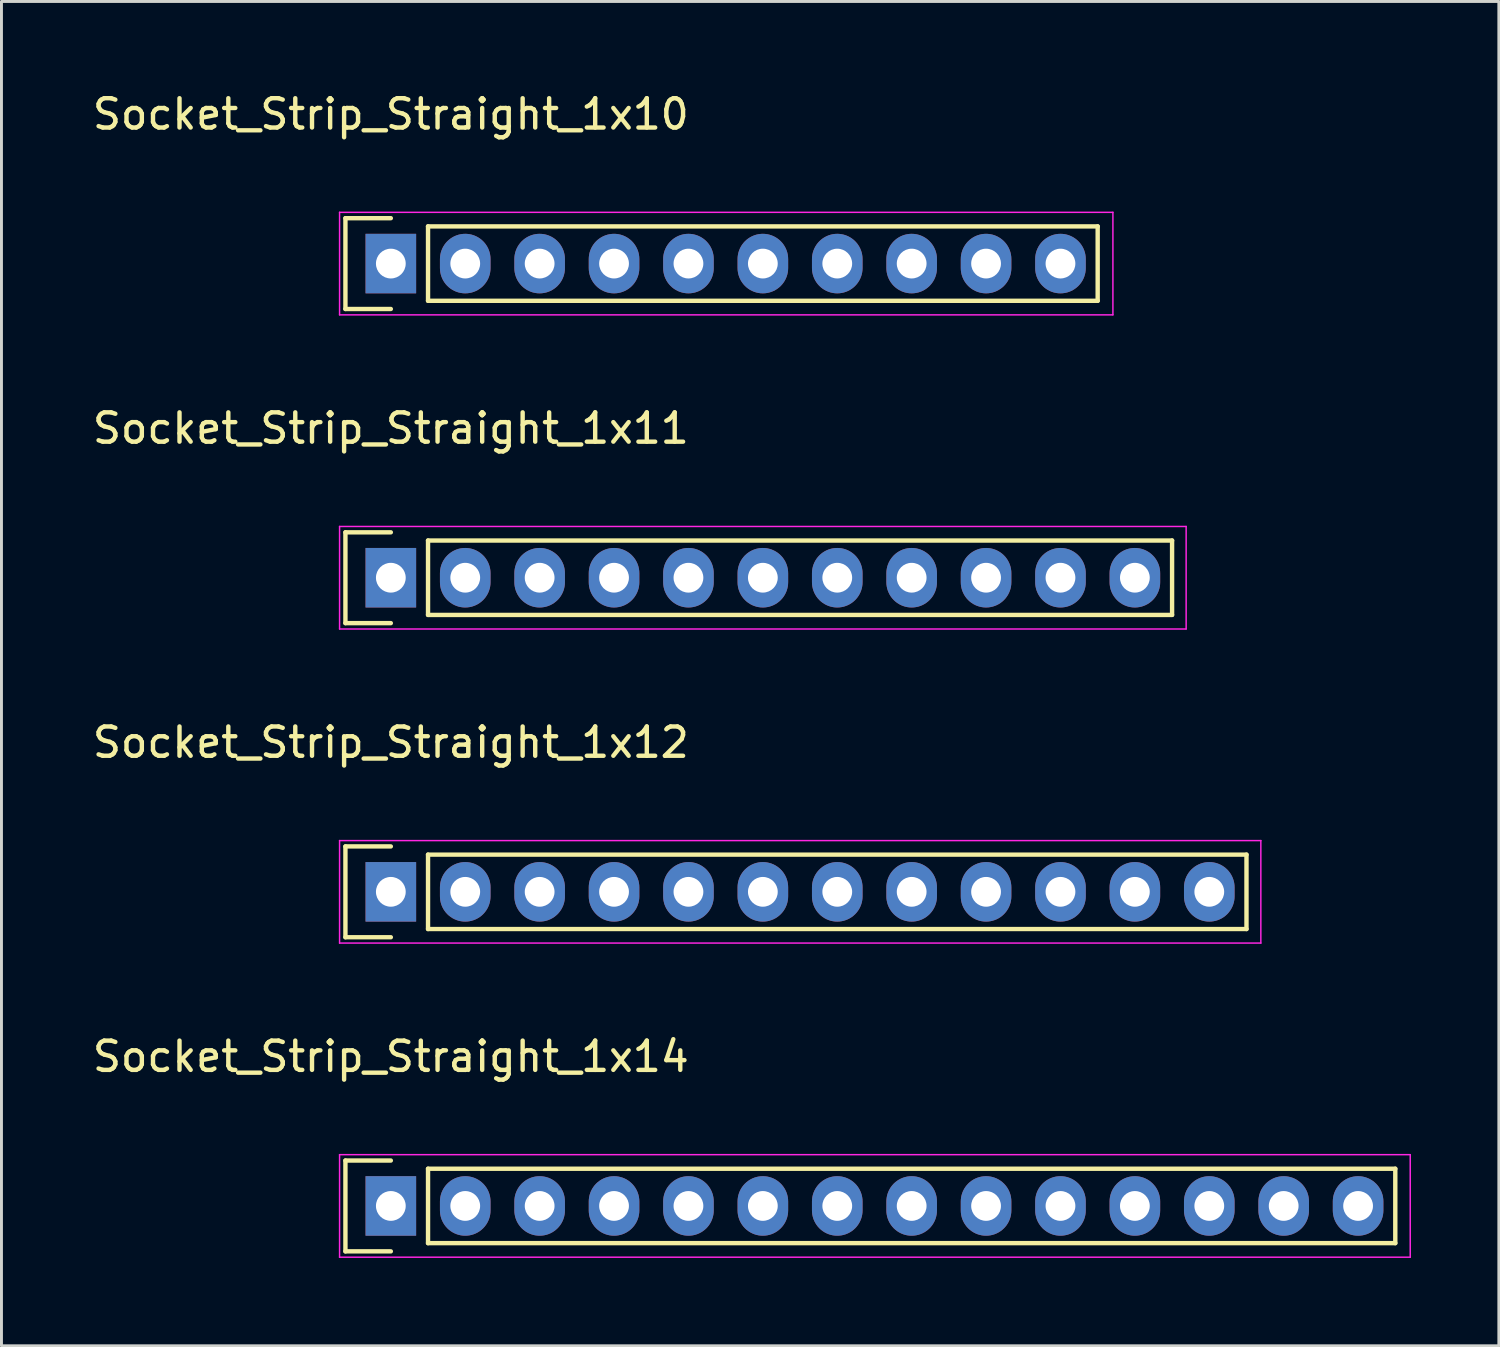
<source format=kicad_pcb>
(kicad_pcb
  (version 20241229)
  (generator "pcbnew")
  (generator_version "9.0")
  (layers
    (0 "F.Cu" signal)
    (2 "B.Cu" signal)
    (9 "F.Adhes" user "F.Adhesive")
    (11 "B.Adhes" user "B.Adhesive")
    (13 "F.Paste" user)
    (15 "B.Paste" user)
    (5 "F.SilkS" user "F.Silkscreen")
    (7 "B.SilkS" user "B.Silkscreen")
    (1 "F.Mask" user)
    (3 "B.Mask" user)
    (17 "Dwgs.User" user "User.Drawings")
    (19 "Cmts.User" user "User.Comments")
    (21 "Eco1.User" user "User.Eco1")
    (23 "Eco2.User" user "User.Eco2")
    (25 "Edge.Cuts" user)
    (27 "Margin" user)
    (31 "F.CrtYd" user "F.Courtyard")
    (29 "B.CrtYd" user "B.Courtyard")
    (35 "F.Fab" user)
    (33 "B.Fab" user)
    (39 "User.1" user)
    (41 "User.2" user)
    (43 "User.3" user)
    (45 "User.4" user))
  (footprint "Socket_Strip_Straight_1x12"
    (layer "F.Cu")
    (at 10.292 27.395)
    (property "Reference" "Socket_Strip_Straight_1x12" (at 0 -5.1 0) (layer "F.SilkS") (effects (font (size 1 1) (thickness 0.15))))
    (attr through_hole)
    (fp_line (start -1.55 -1.55) (end -1.55 1.55) (stroke (width 0.15) (type solid)) (layer "F.SilkS"))
    (fp_line (start -1.55 1.55) (end 0 1.55) (stroke (width 0.15) (type solid)) (layer "F.SilkS"))
    (fp_line (start 0 -1.55) (end -1.55 -1.55) (stroke (width 0.15) (type solid)) (layer "F.SilkS"))
    (fp_line (start 1.27 1.27) (end 1.27 -1.27) (stroke (width 0.15) (type solid)) (layer "F.SilkS"))
    (fp_line (start 1.27 1.27) (end 29.21 1.27) (stroke (width 0.15) (type solid)) (layer "F.SilkS"))
    (fp_line (start 29.21 -1.27) (end 1.27 -1.27) (stroke (width 0.15) (type solid)) (layer "F.SilkS"))
    (fp_line (start 29.21 1.27) (end 29.21 -1.27) (stroke (width 0.15) (type solid)) (layer "F.SilkS"))
    (fp_line (start -1.75 -1.75) (end -1.75 1.75) (stroke (width 0.05) (type solid)) (layer "F.CrtYd"))
    (fp_line (start -1.75 -1.75) (end 29.7 -1.75) (stroke (width 0.05) (type solid)) (layer "F.CrtYd"))
    (fp_line (start -1.75 1.75) (end 29.7 1.75) (stroke (width 0.05) (type solid)) (layer "F.CrtYd"))
    (fp_line (start 29.7 -1.75) (end 29.7 1.75) (stroke (width 0.05) (type solid)) (layer "F.CrtYd"))
    (pad "1" thru_hole rect (at 0 0) (size 1.727 2.032) (drill 1.016) (layers "*.Cu" "*.Mask"))
    (pad "2" thru_hole oval (at 2.54 0) (size 1.727 2.032) (drill 1.016) (layers "*.Cu" "*.Mask"))
    (pad "3" thru_hole oval (at 5.08 0) (size 1.727 2.032) (drill 1.016) (layers "*.Cu" "*.Mask"))
    (pad "4" thru_hole oval (at 7.62 0) (size 1.727 2.032) (drill 1.016) (layers "*.Cu" "*.Mask"))
    (pad "5" thru_hole oval (at 10.16 0) (size 1.727 2.032) (drill 1.016) (layers "*.Cu" "*.Mask"))
    (pad "6" thru_hole oval (at 12.7 0) (size 1.727 2.032) (drill 1.016) (layers "*.Cu" "*.Mask"))
    (pad "7" thru_hole oval (at 15.24 0) (size 1.727 2.032) (drill 1.016) (layers "*.Cu" "*.Mask"))
    (pad "8" thru_hole oval (at 17.78 0) (size 1.727 2.032) (drill 1.016) (layers "*.Cu" "*.Mask"))
    (pad "9" thru_hole oval (at 20.32 0) (size 1.727 2.032) (drill 1.016) (layers "*.Cu" "*.Mask"))
    (pad "10" thru_hole oval (at 22.86 0) (size 1.727 2.032) (drill 1.016) (layers "*.Cu" "*.Mask"))
    (pad "11" thru_hole oval (at 25.4 0) (size 1.727 2.032) (drill 1.016) (layers "*.Cu" "*.Mask"))
    (pad "12" thru_hole oval (at 27.94 0) (size 1.727 2.032) (drill 1.016) (layers "*.Cu" "*.Mask")))
  (footprint "Socket_Strip_Straight_1x14"
    (layer "F.Cu")
    (at 10.292 38.118)
    (property "Reference" "Socket_Strip_Straight_1x14" (at 0 -5.1 0) (layer "F.SilkS") (effects (font (size 1 1) (thickness 0.15))))
    (attr through_hole)
    (fp_line (start -1.55 -1.55) (end -1.55 1.55) (stroke (width 0.15) (type solid)) (layer "F.SilkS"))
    (fp_line (start -1.55 1.55) (end 0 1.55) (stroke (width 0.15) (type solid)) (layer "F.SilkS"))
    (fp_line (start 0 -1.55) (end -1.55 -1.55) (stroke (width 0.15) (type solid)) (layer "F.SilkS"))
    (fp_line (start 1.27 -1.27) (end 34.29 -1.27) (stroke (width 0.15) (type solid)) (layer "F.SilkS"))
    (fp_line (start 1.27 1.27) (end 1.27 -1.27) (stroke (width 0.15) (type solid)) (layer "F.SilkS"))
    (fp_line (start 34.29 -1.27) (end 34.29 1.27) (stroke (width 0.15) (type solid)) (layer "F.SilkS"))
    (fp_line (start 34.29 1.27) (end 1.27 1.27) (stroke (width 0.15) (type solid)) (layer "F.SilkS"))
    (fp_line (start -1.75 -1.75) (end -1.75 1.75) (stroke (width 0.05) (type solid)) (layer "F.CrtYd"))
    (fp_line (start -1.75 -1.75) (end 34.8 -1.75) (stroke (width 0.05) (type solid)) (layer "F.CrtYd"))
    (fp_line (start -1.75 1.75) (end 34.8 1.75) (stroke (width 0.05) (type solid)) (layer "F.CrtYd"))
    (fp_line (start 34.8 -1.75) (end 34.8 1.75) (stroke (width 0.05) (type solid)) (layer "F.CrtYd"))
    (pad "1" thru_hole rect (at 0 0) (size 1.727 2.032) (drill 1.016) (layers "*.Cu" "*.Mask"))
    (pad "2" thru_hole oval (at 2.54 0) (size 1.727 2.032) (drill 1.016) (layers "*.Cu" "*.Mask"))
    (pad "3" thru_hole oval (at 5.08 0) (size 1.727 2.032) (drill 1.016) (layers "*.Cu" "*.Mask"))
    (pad "4" thru_hole oval (at 7.62 0) (size 1.727 2.032) (drill 1.016) (layers "*.Cu" "*.Mask"))
    (pad "5" thru_hole oval (at 10.16 0) (size 1.727 2.032) (drill 1.016) (layers "*.Cu" "*.Mask"))
    (pad "6" thru_hole oval (at 12.7 0) (size 1.727 2.032) (drill 1.016) (layers "*.Cu" "*.Mask"))
    (pad "7" thru_hole oval (at 15.24 0) (size 1.727 2.032) (drill 1.016) (layers "*.Cu" "*.Mask"))
    (pad "8" thru_hole oval (at 17.78 0) (size 1.727 2.032) (drill 1.016) (layers "*.Cu" "*.Mask"))
    (pad "9" thru_hole oval (at 20.32 0) (size 1.727 2.032) (drill 1.016) (layers "*.Cu" "*.Mask"))
    (pad "10" thru_hole oval (at 22.86 0) (size 1.727 2.032) (drill 1.016) (layers "*.Cu" "*.Mask"))
    (pad "11" thru_hole oval (at 25.4 0) (size 1.727 2.032) (drill 1.016) (layers "*.Cu" "*.Mask"))
    (pad "12" thru_hole oval (at 27.94 0) (size 1.727 2.032) (drill 1.016) (layers "*.Cu" "*.Mask"))
    (pad "13" thru_hole oval (at 30.48 0) (size 1.727 2.032) (drill 1.016) (layers "*.Cu" "*.Mask"))
    (pad "14" thru_hole oval (at 33.02 0) (size 1.727 2.032) (drill 1.016) (layers "*.Cu" "*.Mask")))
  (footprint "Socket_Strip_Straight_1x11"
    (layer "F.Cu")
    (at 10.292 16.672)
    (property "Reference" "Socket_Strip_Straight_1x11" (at 0 -5.1 0) (layer "F.SilkS") (effects (font (size 1 1) (thickness 0.15))))
    (attr through_hole)
    (fp_line (start -1.55 -1.55) (end -1.55 1.55) (stroke (width 0.15) (type solid)) (layer "F.SilkS"))
    (fp_line (start -1.55 1.55) (end 0 1.55) (stroke (width 0.15) (type solid)) (layer "F.SilkS"))
    (fp_line (start 0 -1.55) (end -1.55 -1.55) (stroke (width 0.15) (type solid)) (layer "F.SilkS"))
    (fp_line (start 1.27 1.27) (end 1.27 -1.27) (stroke (width 0.15) (type solid)) (layer "F.SilkS"))
    (fp_line (start 1.27 1.27) (end 26.67 1.27) (stroke (width 0.15) (type solid)) (layer "F.SilkS"))
    (fp_line (start 26.67 -1.27) (end 1.27 -1.27) (stroke (width 0.15) (type solid)) (layer "F.SilkS"))
    (fp_line (start 26.67 1.27) (end 26.67 -1.27) (stroke (width 0.15) (type solid)) (layer "F.SilkS"))
    (fp_line (start -1.75 -1.75) (end -1.75 1.75) (stroke (width 0.05) (type solid)) (layer "F.CrtYd"))
    (fp_line (start -1.75 -1.75) (end 27.15 -1.75) (stroke (width 0.05) (type solid)) (layer "F.CrtYd"))
    (fp_line (start -1.75 1.75) (end 27.15 1.75) (stroke (width 0.05) (type solid)) (layer "F.CrtYd"))
    (fp_line (start 27.15 -1.75) (end 27.15 1.75) (stroke (width 0.05) (type solid)) (layer "F.CrtYd"))
    (pad "1" thru_hole rect (at 0 0) (size 1.727 2.032) (drill 1.016) (layers "*.Cu" "*.Mask"))
    (pad "2" thru_hole oval (at 2.54 0) (size 1.727 2.032) (drill 1.016) (layers "*.Cu" "*.Mask"))
    (pad "3" thru_hole oval (at 5.08 0) (size 1.727 2.032) (drill 1.016) (layers "*.Cu" "*.Mask"))
    (pad "4" thru_hole oval (at 7.62 0) (size 1.727 2.032) (drill 1.016) (layers "*.Cu" "*.Mask"))
    (pad "5" thru_hole oval (at 10.16 0) (size 1.727 2.032) (drill 1.016) (layers "*.Cu" "*.Mask"))
    (pad "6" thru_hole oval (at 12.7 0) (size 1.727 2.032) (drill 1.016) (layers "*.Cu" "*.Mask"))
    (pad "7" thru_hole oval (at 15.24 0) (size 1.727 2.032) (drill 1.016) (layers "*.Cu" "*.Mask"))
    (pad "8" thru_hole oval (at 17.78 0) (size 1.727 2.032) (drill 1.016) (layers "*.Cu" "*.Mask"))
    (pad "9" thru_hole oval (at 20.32 0) (size 1.727 2.032) (drill 1.016) (layers "*.Cu" "*.Mask"))
    (pad "10" thru_hole oval (at 22.86 0) (size 1.727 2.032) (drill 1.016) (layers "*.Cu" "*.Mask"))
    (pad "11" thru_hole oval (at 25.4 0) (size 1.727 2.032) (drill 1.016) (layers "*.Cu" "*.Mask")))
  (footprint "Socket_Strip_Straight_1x10"
    (layer "F.Cu")
    (at 10.292 5.948)
    (property "Reference" "Socket_Strip_Straight_1x10" (at 0 -5.1 0) (layer "F.SilkS") (effects (font (size 1 1) (thickness 0.15))))
    (attr through_hole)
    (fp_line (start -1.55 -1.55) (end -1.55 1.55) (stroke (width 0.15) (type solid)) (layer "F.SilkS"))
    (fp_line (start -1.55 1.55) (end 0 1.55) (stroke (width 0.15) (type solid)) (layer "F.SilkS"))
    (fp_line (start 0 -1.55) (end -1.55 -1.55) (stroke (width 0.15) (type solid)) (layer "F.SilkS"))
    (fp_line (start 1.27 1.27) (end 1.27 -1.27) (stroke (width 0.15) (type solid)) (layer "F.SilkS"))
    (fp_line (start 1.27 1.27) (end 24.13 1.27) (stroke (width 0.15) (type solid)) (layer "F.SilkS"))
    (fp_line (start 24.13 -1.27) (end 1.27 -1.27) (stroke (width 0.15) (type solid)) (layer "F.SilkS"))
    (fp_line (start 24.13 1.27) (end 24.13 -1.27) (stroke (width 0.15) (type solid)) (layer "F.SilkS"))
    (fp_line (start -1.75 -1.75) (end -1.75 1.75) (stroke (width 0.05) (type solid)) (layer "F.CrtYd"))
    (fp_line (start -1.75 -1.75) (end 24.65 -1.75) (stroke (width 0.05) (type solid)) (layer "F.CrtYd"))
    (fp_line (start -1.75 1.75) (end 24.65 1.75) (stroke (width 0.05) (type solid)) (layer "F.CrtYd"))
    (fp_line (start 24.65 -1.75) (end 24.65 1.75) (stroke (width 0.05) (type solid)) (layer "F.CrtYd"))
    (pad "1" thru_hole rect (at 0 0) (size 1.727 2.032) (drill 1.016) (layers "*.Cu" "*.Mask"))
    (pad "2" thru_hole oval (at 2.54 0) (size 1.727 2.032) (drill 1.016) (layers "*.Cu" "*.Mask"))
    (pad "3" thru_hole oval (at 5.08 0) (size 1.727 2.032) (drill 1.016) (layers "*.Cu" "*.Mask"))
    (pad "4" thru_hole oval (at 7.62 0) (size 1.727 2.032) (drill 1.016) (layers "*.Cu" "*.Mask"))
    (pad "5" thru_hole oval (at 10.16 0) (size 1.727 2.032) (drill 1.016) (layers "*.Cu" "*.Mask"))
    (pad "6" thru_hole oval (at 12.7 0) (size 1.727 2.032) (drill 1.016) (layers "*.Cu" "*.Mask"))
    (pad "7" thru_hole oval (at 15.24 0) (size 1.727 2.032) (drill 1.016) (layers "*.Cu" "*.Mask"))
    (pad "8" thru_hole oval (at 17.78 0) (size 1.727 2.032) (drill 1.016) (layers "*.Cu" "*.Mask"))
    (pad "9" thru_hole oval (at 20.32 0) (size 1.727 2.032) (drill 1.016) (layers "*.Cu" "*.Mask"))
    (pad "10" thru_hole oval (at 22.86 0) (size 1.727 2.032) (drill 1.016) (layers "*.Cu" "*.Mask")))
  (gr_rect
    (start -3 -3)
    (end 48.117 42.893)
    (stroke (width 0.1) (type default))
    (fill no)
    (layer "Edge.Cuts")))
</source>
